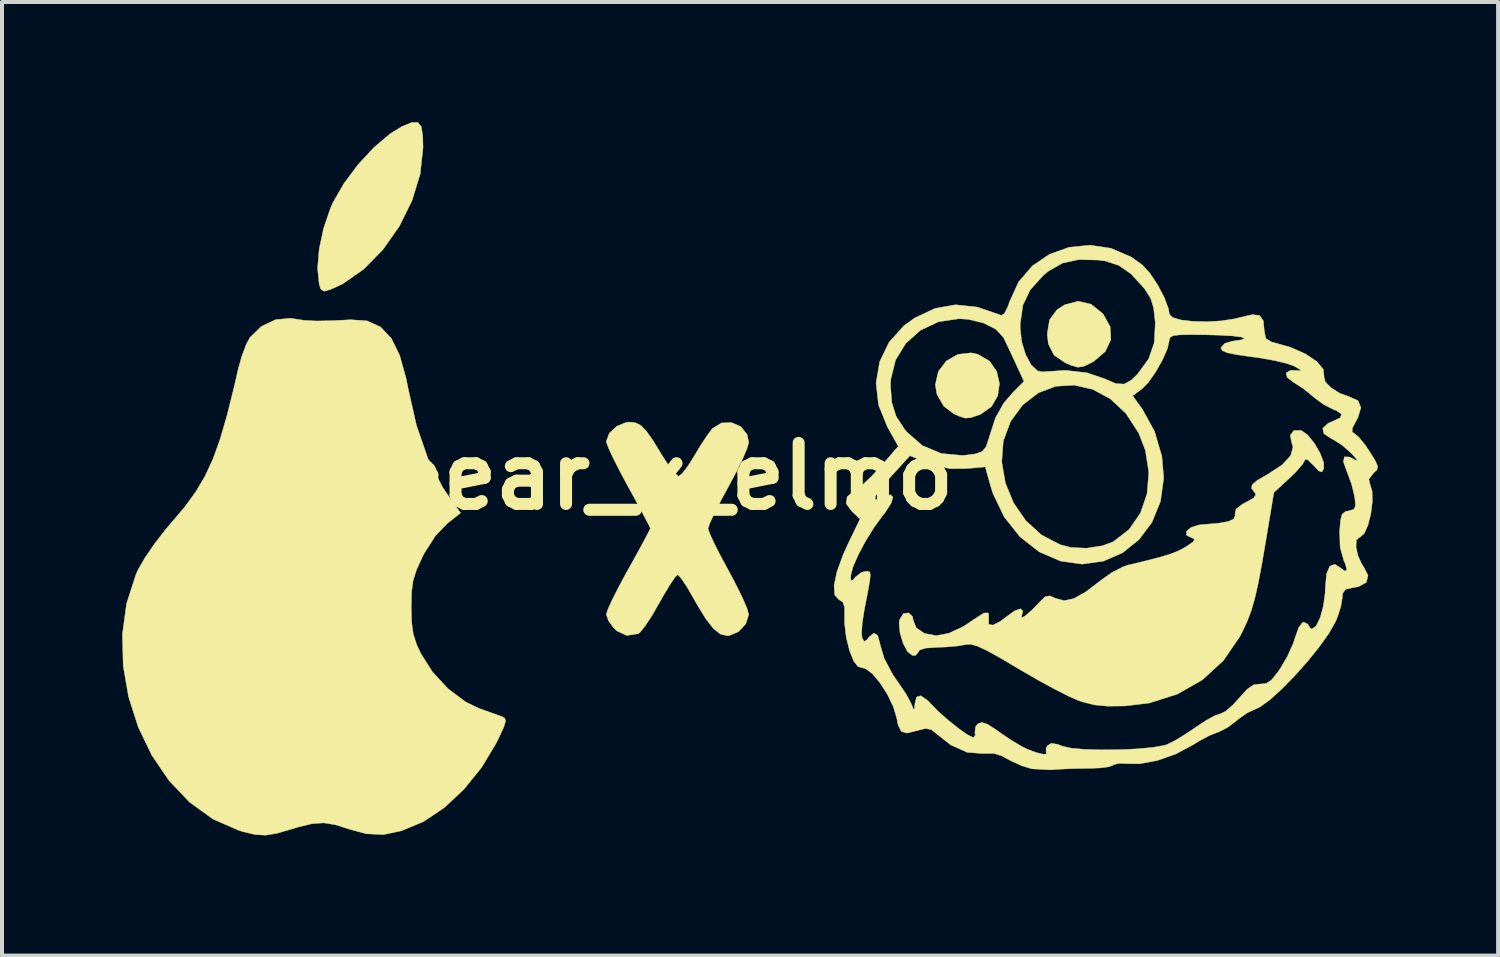
<source format=kicad_pcb>
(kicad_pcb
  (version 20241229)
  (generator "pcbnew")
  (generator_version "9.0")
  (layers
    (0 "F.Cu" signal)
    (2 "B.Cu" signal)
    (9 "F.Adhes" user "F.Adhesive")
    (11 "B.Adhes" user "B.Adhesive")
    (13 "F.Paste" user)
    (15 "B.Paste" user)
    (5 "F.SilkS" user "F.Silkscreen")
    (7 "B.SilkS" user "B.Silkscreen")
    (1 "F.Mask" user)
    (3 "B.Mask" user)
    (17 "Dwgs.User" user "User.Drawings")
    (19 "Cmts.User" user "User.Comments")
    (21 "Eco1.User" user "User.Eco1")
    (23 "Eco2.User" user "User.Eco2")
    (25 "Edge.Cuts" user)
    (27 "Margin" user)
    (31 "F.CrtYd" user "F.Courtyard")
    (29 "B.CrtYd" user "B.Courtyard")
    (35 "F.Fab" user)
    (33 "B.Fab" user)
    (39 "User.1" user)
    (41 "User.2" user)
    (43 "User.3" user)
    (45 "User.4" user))
  (footprint "pear_x_elmo"
    (layer "F.Cu")
    (at 13.691 8.839)
    (property "Reference" "pear_x_elmo" (at 0 0 0) (layer "F.SilkS") (effects (font (size 1.524 1.524) (thickness 0.3))))
    (attr through_hole)
    (fp_poly (pts (xy 7.667 -3.046) (xy 7.957 -2.876) (xy 8.137 -2.618) (xy 8.205 -2.316) (xy 8.162 -2.01) (xy 8.006 -1.741) (xy 7.737 -1.55) (xy 7.686 -1.53) (xy 7.484 -1.464) (xy 7.35 -1.453) (xy 7.196 -1.502) (xy 7.068 -1.558) (xy 6.815 -1.751) (xy 6.647 -2.041) (xy 6.604 -2.286) (xy 6.68 -2.618) (xy 6.88 -2.88) (xy 7.166 -3.044) (xy 7.499 -3.082) (xy 7.667 -3.046)) (stroke (width 0.01) (type solid)) (fill yes) (layer "F.SilkS"))
    (fp_poly (pts (xy 10.491 -4.296) (xy 10.783 -4.062) (xy 10.793 -4.051) (xy 10.97 -3.733) (xy 10.986 -3.413) (xy 10.848 -3.117) (xy 10.563 -2.872) (xy 10.498 -2.836) (xy 10.304 -2.744) (xy 10.161 -2.723) (xy 9.99 -2.773) (xy 9.849 -2.833) (xy 9.569 -3.024) (xy 9.425 -3.305) (xy 9.398 -3.556) (xy 9.455 -3.905) (xy 9.64 -4.157) (xy 9.83 -4.28) (xy 10.167 -4.371) (xy 10.491 -4.296)) (stroke (width 0.01) (type solid)) (fill yes) (layer "F.SilkS"))
    (fp_poly (pts (xy -6.224 -8.721) (xy -6.188 -8.472) (xy -6.182 -8.207) (xy -6.253 -7.547) (xy -6.457 -6.882) (xy -6.772 -6.244) (xy -7.179 -5.665) (xy -7.658 -5.174) (xy -8.188 -4.804) (xy -8.488 -4.665) (xy -8.656 -4.619) (xy -8.736 -4.677) (xy -8.774 -4.795) (xy -8.814 -5.19) (xy -8.774 -5.674) (xy -8.663 -6.195) (xy -8.49 -6.699) (xy -8.43 -6.833) (xy -8.157 -7.309) (xy -7.804 -7.781) (xy -7.408 -8.208) (xy -7.006 -8.549) (xy -6.711 -8.731) (xy -6.466 -8.831) (xy -6.311 -8.834) (xy -6.224 -8.721)) (stroke (width 0.01) (type solid)) (fill yes) (layer "F.SilkS"))
    (fp_poly (pts (xy -9.408 -3.933) (xy -9.15 -3.893) (xy -8.841 -3.877) (xy -8.438 -3.885) (xy -7.986 -3.909) (xy -7.578 -3.88) (xy -7.243 -3.728) (xy -6.975 -3.445) (xy -6.765 -3.019) (xy -6.604 -2.442) (xy -6.562 -2.226) (xy -6.345 -1.266) (xy -6.059 -0.442) (xy -5.695 0.271) (xy -5.441 0.647) (xy -5.244 0.913) (xy -5.582 1.181) (xy -5.875 1.487) (xy -6.148 1.914) (xy -6.199 2.014) (xy -6.346 2.335) (xy -6.43 2.601) (xy -6.468 2.887) (xy -6.477 3.258) (xy -6.466 3.648) (xy -6.425 3.94) (xy -6.339 4.205) (xy -6.243 4.413) (xy -5.946 4.883) (xy -5.555 5.304) (xy -5.116 5.633) (xy -4.781 5.794) (xy -4.51 5.891) (xy -4.286 5.971) (xy -4.208 6) (xy -4.139 6.04) (xy -4.123 6.116) (xy -4.167 6.259) (xy -4.279 6.502) (xy -4.365 6.675) (xy -4.72 7.265) (xy -5.159 7.808) (xy -5.647 8.267) (xy -6.148 8.603) (xy -6.211 8.635) (xy -6.722 8.848) (xy -7.168 8.942) (xy -7.596 8.922) (xy -7.998 8.814) (xy -8.363 8.698) (xy -8.655 8.65) (xy -8.942 8.668) (xy -9.291 8.752) (xy -9.469 8.806) (xy -9.836 8.912) (xy -10.113 8.957) (xy -10.367 8.943) (xy -10.666 8.872) (xy -10.785 8.836) (xy -11.43 8.552) (xy -12.012 8.131) (xy -12.522 7.594) (xy -12.951 6.963) (xy -13.29 6.26) (xy -13.531 5.508) (xy -13.666 4.729) (xy -13.686 3.944) (xy -13.582 3.176) (xy -13.347 2.448) (xy -13.291 2.324) (xy -13.124 2.034) (xy -12.88 1.679) (xy -12.598 1.315) (xy -12.447 1.139) (xy -12.122 0.754) (xy -11.851 0.381) (xy -11.622 -0.006) (xy -11.424 -0.436) (xy -11.244 -0.937) (xy -11.07 -1.537) (xy -10.89 -2.264) (xy -10.802 -2.651) (xy -10.71 -2.984) (xy -10.599 -3.282) (xy -10.502 -3.466) (xy -10.218 -3.742) (xy -9.862 -3.91) (xy -9.49 -3.946) (xy -9.408 -3.933)) (stroke (width 0.01) (type solid)) (fill yes) (layer "F.SilkS"))
    (fp_poly (pts (xy -0.879 -1.338) (xy -0.748 -1.272) (xy -0.611 -1.132) (xy -0.442 -0.893) (xy -0.219 -0.529) (xy -0.052 -0.271) (xy 0.094 -0.083) (xy 0.191 -0.002) (xy 0.197 -0.001) (xy 0.286 -0.07) (xy 0.425 -0.25) (xy 0.585 -0.503) (xy 0.591 -0.514) (xy 0.764 -0.8) (xy 0.927 -1.046) (xy 1.039 -1.191) (xy 1.266 -1.332) (xy 1.519 -1.342) (xy 1.749 -1.241) (xy 1.906 -1.045) (xy 1.947 -0.848) (xy 1.907 -0.7) (xy 1.798 -0.442) (xy 1.637 -0.11) (xy 1.44 0.259) (xy 1.439 0.261) (xy 1.243 0.622) (xy 1.083 0.939) (xy 0.973 1.176) (xy 0.931 1.302) (xy 0.931 1.303) (xy 0.971 1.425) (xy 1.078 1.659) (xy 1.238 1.974) (xy 1.432 2.335) (xy 1.439 2.347) (xy 1.635 2.716) (xy 1.797 3.046) (xy 1.906 3.303) (xy 1.947 3.45) (xy 1.947 3.45) (xy 1.873 3.683) (xy 1.691 3.878) (xy 1.458 3.976) (xy 1.412 3.979) (xy 1.242 3.939) (xy 1.069 3.803) (xy 0.874 3.554) (xy 0.641 3.172) (xy 0.56 3.027) (xy 0.402 2.755) (xy 0.267 2.554) (xy 0.181 2.458) (xy 0.172 2.455) (xy 0.102 2.525) (xy -0.024 2.712) (xy -0.187 2.984) (xy -0.289 3.166) (xy -0.471 3.48) (xy -0.638 3.734) (xy -0.766 3.894) (xy -0.811 3.928) (xy -1.097 3.973) (xy -1.343 3.86) (xy -1.425 3.783) (xy -1.555 3.602) (xy -1.609 3.445) (xy -1.569 3.321) (xy -1.46 3.082) (xy -1.298 2.762) (xy -1.099 2.391) (xy -1.058 2.319) (xy -0.855 1.953) (xy -0.686 1.644) (xy -0.566 1.418) (xy -0.51 1.306) (xy -0.508 1.299) (xy -0.547 1.215) (xy -0.653 1.012) (xy -0.811 0.718) (xy -1.006 0.361) (xy -1.058 0.267) (xy -1.262 -0.113) (xy -1.432 -0.448) (xy -1.552 -0.707) (xy -1.607 -0.858) (xy -1.609 -0.872) (xy -1.534 -1.074) (xy -1.349 -1.248) (xy -1.112 -1.347) (xy -1.029 -1.355) (xy -0.879 -1.338)) (stroke (width 0.01) (type solid)) (fill yes) (layer "F.SilkS"))
    (fp_poly (pts (xy 15.737 -1.146) (xy 15.895 -1.035) (xy 16.063 -0.828) (xy 16.207 -0.58) (xy 16.297 -0.346) (xy 16.301 -0.189) (xy 16.25 -0.109) (xy 16.173 -0.137) (xy 16.038 -0.28) (xy 15.908 -0.407) (xy 15.837 -0.431) (xy 15.833 -0.415) (xy 15.774 -0.307) (xy 15.622 -0.13) (xy 15.443 0.046) (xy 15.054 0.404) (xy 14.857 1.588) (xy 14.752 2.2) (xy 14.662 2.676) (xy 14.578 3.049) (xy 14.491 3.349) (xy 14.393 3.61) (xy 14.275 3.864) (xy 14.204 4.001) (xy 13.796 4.597) (xy 13.271 5.079) (xy 12.647 5.436) (xy 11.943 5.659) (xy 11.345 5.731) (xy 10.913 5.737) (xy 10.581 5.706) (xy 10.281 5.631) (xy 10.165 5.591) (xy 9.922 5.483) (xy 9.577 5.308) (xy 9.171 5.087) (xy 8.747 4.842) (xy 8.641 4.779) (xy 8.204 4.52) (xy 7.883 4.343) (xy 7.655 4.238) (xy 7.495 4.192) (xy 7.379 4.195) (xy 7.366 4.199) (xy 7.163 4.234) (xy 6.869 4.26) (xy 6.667 4.267) (xy 6.363 4.287) (xy 6.209 4.336) (xy 6.181 4.388) (xy 6.114 4.468) (xy 6.032 4.471) (xy 5.909 4.373) (xy 5.799 4.165) (xy 5.723 3.908) (xy 5.701 3.66) (xy 5.714 3.573) (xy 5.806 3.43) (xy 5.934 3.407) (xy 6.035 3.499) (xy 6.054 3.599) (xy 6.131 3.786) (xy 6.333 3.92) (xy 6.62 3.976) (xy 6.629 3.976) (xy 6.938 3.918) (xy 7.301 3.751) (xy 7.61 3.544) (xy 7.818 3.411) (xy 7.929 3.409) (xy 7.939 3.538) (xy 7.934 3.556) (xy 7.938 3.695) (xy 8.044 3.714) (xy 8.234 3.616) (xy 8.367 3.514) (xy 8.582 3.359) (xy 8.73 3.306) (xy 8.788 3.359) (xy 8.77 3.441) (xy 8.748 3.532) (xy 8.818 3.503) (xy 8.867 3.468) (xy 9.031 3.324) (xy 9.203 3.143) (xy 9.344 3.004) (xy 9.462 2.983) (xy 9.606 3.046) (xy 9.817 3.103) (xy 10.062 3.051) (xy 10.365 2.881) (xy 10.738 2.595) (xy 11.005 2.406) (xy 11.284 2.261) (xy 11.415 2.216) (xy 11.89 2.101) (xy 12.234 2.012) (xy 12.481 1.936) (xy 12.663 1.864) (xy 12.816 1.784) (xy 12.867 1.753) (xy 13.042 1.633) (xy 13.078 1.567) (xy 13.013 1.539) (xy 12.877 1.472) (xy 12.875 1.374) (xy 12.984 1.277) (xy 13.181 1.214) (xy 13.251 1.206) (xy 13.658 1.172) (xy 13.918 1.127) (xy 14.054 1.064) (xy 14.089 0.976) (xy 14.083 0.947) (xy 14.11 0.817) (xy 14.277 0.69) (xy 14.358 0.649) (xy 14.553 0.538) (xy 14.605 0.451) (xy 14.575 0.402) (xy 14.497 0.299) (xy 14.513 0.207) (xy 14.642 0.099) (xy 14.9 -0.05) (xy 15.259 -0.285) (xy 15.473 -0.516) (xy 15.533 -0.732) (xy 15.502 -0.831) (xy 15.463 -1.021) (xy 15.55 -1.142) (xy 15.73 -1.149) (xy 15.737 -1.146)) (stroke (width 0.01) (type solid)) (fill yes) (layer "F.SilkS"))
    (fp_poly (pts (xy 10.989 -5.692) (xy 11.492 -5.475) (xy 11.771 -5.277) (xy 11.96 -5.069) (xy 12.153 -4.779) (xy 12.318 -4.466) (xy 12.423 -4.186) (xy 12.445 -4.052) (xy 12.523 -3.966) (xy 12.731 -3.904) (xy 13.029 -3.868) (xy 13.379 -3.859) (xy 13.742 -3.88) (xy 14.08 -3.932) (xy 14.208 -3.965) (xy 14.515 -4.036) (xy 14.699 -4.015) (xy 14.79 -3.885) (xy 14.815 -3.63) (xy 14.815 -3.621) (xy 14.854 -3.439) (xy 15.001 -3.352) (xy 15.05 -3.34) (xy 15.48 -3.217) (xy 15.846 -3.054) (xy 16.123 -2.867) (xy 16.286 -2.675) (xy 16.308 -2.494) (xy 16.305 -2.485) (xy 16.337 -2.358) (xy 16.484 -2.209) (xy 16.7 -2.073) (xy 16.93 -1.99) (xy 17.154 -1.89) (xy 17.227 -1.717) (xy 17.152 -1.466) (xy 17.111 -1.392) (xy 17.013 -1.203) (xy 17.009 -1.107) (xy 17.067 -1.067) (xy 17.177 -0.974) (xy 17.332 -0.783) (xy 17.445 -0.616) (xy 17.588 -0.385) (xy 17.646 -0.25) (xy 17.628 -0.164) (xy 17.542 -0.082) (xy 17.537 -0.077) (xy 17.425 0.072) (xy 17.448 0.177) (xy 17.506 0.368) (xy 17.512 0.637) (xy 17.475 0.934) (xy 17.405 1.213) (xy 17.311 1.425) (xy 17.203 1.522) (xy 17.186 1.524) (xy 17.114 1.592) (xy 17.105 1.761) (xy 17.151 1.976) (xy 17.245 2.184) (xy 17.286 2.243) (xy 17.404 2.471) (xy 17.363 2.646) (xy 17.169 2.754) (xy 17.031 2.778) (xy 16.842 2.82) (xy 16.77 2.926) (xy 16.762 3.032) (xy 16.726 3.25) (xy 16.637 3.525) (xy 16.596 3.622) (xy 16.432 3.912) (xy 16.188 4.255) (xy 15.892 4.623) (xy 15.568 4.986) (xy 15.244 5.316) (xy 14.947 5.584) (xy 14.703 5.76) (xy 14.588 5.812) (xy 14.39 5.903) (xy 14.166 6.061) (xy 14.121 6.101) (xy 13.898 6.268) (xy 13.678 6.381) (xy 13.64 6.393) (xy 13.442 6.471) (xy 13.182 6.611) (xy 13.04 6.699) (xy 12.615 6.927) (xy 12.15 7.092) (xy 11.706 7.175) (xy 11.418 7.172) (xy 11.197 7.163) (xy 11.057 7.195) (xy 11.041 7.209) (xy 10.937 7.25) (xy 10.713 7.279) (xy 10.428 7.289) (xy 10.061 7.294) (xy 9.699 7.31) (xy 9.483 7.326) (xy 9.014 7.301) (xy 8.763 7.224) (xy 8.512 7.111) (xy 8.307 7.003) (xy 8.27 6.98) (xy 8.074 6.918) (xy 7.809 6.917) (xy 7.797 6.919) (xy 7.398 6.889) (xy 6.986 6.702) (xy 6.675 6.458) (xy 6.507 6.323) (xy 6.36 6.293) (xy 6.147 6.347) (xy 5.898 6.409) (xy 5.754 6.368) (xy 5.674 6.199) (xy 5.641 6.034) (xy 5.556 5.749) (xy 5.408 5.442) (xy 5.224 5.154) (xy 5.033 4.926) (xy 4.861 4.799) (xy 4.804 4.786) (xy 4.675 4.749) (xy 4.572 4.619) (xy 4.466 4.36) (xy 4.381 4.021) (xy 4.339 3.661) (xy 4.339 3.534) (xy 4.34 3.278) (xy 4.299 3.142) (xy 4.202 3.08) (xy 4.094 2.964) (xy 4.077 2.725) (xy 4.125 2.498) (xy 4.491 2.498) (xy 4.502 2.614) (xy 4.556 2.582) (xy 4.605 2.519) (xy 4.76 2.398) (xy 4.866 2.371) (xy 4.93 2.371) (xy 4.969 2.392) (xy 4.982 2.46) (xy 4.968 2.604) (xy 4.925 2.85) (xy 4.852 3.228) (xy 4.826 3.366) (xy 4.78 3.665) (xy 4.764 3.912) (xy 4.777 4.035) (xy 4.829 4.124) (xy 4.899 4.079) (xy 4.948 4.014) (xy 5.072 3.911) (xy 5.166 3.973) (xy 5.227 4.196) (xy 5.229 4.207) (xy 5.331 4.551) (xy 5.543 4.949) (xy 5.723 5.21) (xy 5.879 5.441) (xy 5.995 5.66) (xy 6.002 5.675) (xy 6.062 5.815) (xy 6.085 5.802) (xy 6.091 5.699) (xy 6.133 5.51) (xy 6.242 5.476) (xy 6.415 5.596) (xy 6.495 5.68) (xy 6.69 5.879) (xy 6.933 6.093) (xy 7.182 6.292) (xy 7.398 6.444) (xy 7.541 6.517) (xy 7.557 6.519) (xy 7.604 6.458) (xy 7.592 6.399) (xy 7.609 6.249) (xy 7.665 6.178) (xy 7.763 6.142) (xy 7.905 6.187) (xy 8.126 6.329) (xy 8.201 6.384) (xy 8.481 6.574) (xy 8.756 6.739) (xy 8.901 6.812) (xy 9.127 6.896) (xy 9.303 6.937) (xy 9.388 6.928) (xy 9.371 6.887) (xy 9.367 6.785) (xy 9.404 6.724) (xy 9.498 6.664) (xy 9.651 6.688) (xy 9.781 6.737) (xy 9.995 6.785) (xy 10.332 6.815) (xy 10.748 6.827) (xy 11.199 6.823) (xy 11.64 6.802) (xy 12.026 6.767) (xy 12.314 6.717) (xy 12.39 6.694) (xy 12.584 6.597) (xy 12.852 6.434) (xy 13.102 6.265) (xy 13.362 6.093) (xy 13.585 5.971) (xy 13.72 5.927) (xy 13.849 5.865) (xy 14.033 5.705) (xy 14.179 5.544) (xy 14.386 5.315) (xy 14.549 5.204) (xy 14.708 5.183) (xy 14.716 5.184) (xy 14.863 5.172) (xy 14.998 5.08) (xy 15.159 4.878) (xy 15.218 4.792) (xy 15.395 4.489) (xy 15.539 4.168) (xy 15.591 4.009) (xy 15.673 3.778) (xy 15.768 3.651) (xy 15.8 3.641) (xy 15.906 3.69) (xy 15.917 3.725) (xy 15.982 3.807) (xy 16.006 3.81) (xy 16.111 3.733) (xy 16.21 3.529) (xy 16.289 3.242) (xy 16.334 2.915) (xy 16.341 2.752) (xy 16.37 2.431) (xy 16.451 2.241) (xy 16.575 2.195) (xy 16.702 2.275) (xy 16.832 2.369) (xy 16.878 2.327) (xy 16.831 2.167) (xy 16.804 2.113) (xy 16.708 1.771) (xy 16.696 1.372) (xy 16.718 1.096) (xy 16.758 0.946) (xy 16.837 0.88) (xy 16.922 0.861) (xy 17.048 0.825) (xy 17.092 0.735) (xy 17.075 0.537) (xy 17.069 0.502) (xy 16.993 0.191) (xy 16.881 -0.111) (xy 16.875 -0.125) (xy 16.79 -0.364) (xy 16.814 -0.486) (xy 16.942 -0.482) (xy 17.043 -0.431) (xy 17.136 -0.384) (xy 17.117 -0.431) (xy 16.987 -0.576) (xy 16.767 -0.771) (xy 16.538 -0.918) (xy 16.5 -0.935) (xy 16.304 -1.063) (xy 16.275 -1.199) (xy 16.41 -1.325) (xy 16.51 -1.367) (xy 16.711 -1.462) (xy 16.744 -1.553) (xy 16.608 -1.644) (xy 16.525 -1.676) (xy 16.3 -1.791) (xy 16.065 -1.964) (xy 16.038 -1.989) (xy 15.807 -2.177) (xy 15.574 -2.33) (xy 15.552 -2.342) (xy 15.386 -2.47) (xy 15.361 -2.583) (xy 15.474 -2.645) (xy 15.587 -2.644) (xy 15.72 -2.634) (xy 15.715 -2.661) (xy 15.567 -2.748) (xy 15.564 -2.75) (xy 15.381 -2.816) (xy 15.081 -2.888) (xy 14.715 -2.954) (xy 14.524 -2.98) (xy 14.138 -3.034) (xy 13.895 -3.083) (xy 13.769 -3.136) (xy 13.733 -3.199) (xy 13.735 -3.214) (xy 13.831 -3.318) (xy 14.013 -3.372) (xy 14.248 -3.408) (xy 14.323 -3.443) (xy 14.247 -3.476) (xy 14.031 -3.504) (xy 13.684 -3.524) (xy 13.415 -3.531) (xy 12.996 -3.537) (xy 12.718 -3.532) (xy 12.553 -3.514) (xy 12.472 -3.477) (xy 12.447 -3.42) (xy 12.446 -3.4) (xy 12.397 -3.186) (xy 12.271 -2.899) (xy 12.099 -2.597) (xy 11.914 -2.336) (xy 11.766 -2.186) (xy 11.529 -2.011) (xy 11.771 -1.677) (xy 12.075 -1.124) (xy 12.259 -0.499) (xy 12.305 0.043) (xy 12.223 0.63) (xy 12.011 1.148) (xy 11.688 1.58) (xy 11.277 1.909) (xy 10.797 2.118) (xy 10.269 2.191) (xy 9.734 2.117) (xy 9.192 1.882) (xy 8.714 1.506) (xy 8.324 1.014) (xy 8.043 0.429) (xy 7.985 0.242) (xy 7.851 -0.236) (xy 7.376 -0.194) (xy 6.974 -0.191) (xy 6.598 -0.274) (xy 6.435 -0.333) (xy 6.361 -0.361) (xy 8.262 -0.361) (xy 8.352 0.163) (xy 8.557 0.662) (xy 8.862 1.105) (xy 9.253 1.462) (xy 9.716 1.704) (xy 9.991 1.776) (xy 10.377 1.794) (xy 10.774 1.734) (xy 11.049 1.631) (xy 11.441 1.326) (xy 11.724 0.917) (xy 11.89 0.431) (xy 11.933 -0.102) (xy 11.847 -0.651) (xy 11.681 -1.079) (xy 11.361 -1.571) (xy 10.971 -1.935) (xy 10.534 -2.171) (xy 10.073 -2.276) (xy 9.613 -2.248) (xy 9.176 -2.084) (xy 8.786 -1.783) (xy 8.483 -1.371) (xy 8.301 -0.883) (xy 8.262 -0.361) (xy 6.361 -0.361) (xy 5.969 -0.514) (xy 5.485 0.018) (xy 5.234 0.311) (xy 5.107 0.501) (xy 5.105 0.585) (xy 5.228 0.56) (xy 5.324 0.513) (xy 5.487 0.46) (xy 5.545 0.52) (xy 5.499 0.675) (xy 5.35 0.906) (xy 5.292 0.978) (xy 5.074 1.276) (xy 4.861 1.62) (xy 4.678 1.964) (xy 4.547 2.266) (xy 4.492 2.481) (xy 4.491 2.498) (xy 4.125 2.498) (xy 4.149 2.38) (xy 4.307 1.948) (xy 4.426 1.686) (xy 4.726 1.064) (xy 4.523 0.875) (xy 4.38 0.682) (xy 4.403 0.511) (xy 4.592 0.351) (xy 4.626 0.332) (xy 4.787 0.212) (xy 5.009 0.004) (xy 5.245 -0.249) (xy 5.261 -0.267) (xy 5.68 -0.751) (xy 5.407 -1.236) (xy 5.187 -1.78) (xy 5.133 -2.26) (xy 5.486 -2.26) (xy 5.519 -1.833) (xy 5.627 -1.496) (xy 5.836 -1.176) (xy 5.894 -1.105) (xy 6.284 -0.766) (xy 6.756 -0.569) (xy 7.288 -0.52) (xy 7.602 -0.559) (xy 7.769 -0.616) (xy 7.87 -0.735) (xy 7.948 -0.966) (xy 7.955 -0.995) (xy 8.107 -1.463) (xy 8.314 -1.83) (xy 8.555 -2.107) (xy 8.818 -2.37) (xy 8.593 -2.857) (xy 8.464 -3.134) (xy 8.356 -3.361) (xy 8.302 -3.471) (xy 8.117 -3.67) (xy 8.045 -3.707) (xy 8.722 -3.707) (xy 8.76 -3.358) (xy 8.858 -3.037) (xy 8.997 -2.782) (xy 9.158 -2.631) (xy 9.276 -2.607) (xy 9.852 -2.645) (xy 10.388 -2.585) (xy 10.816 -2.44) (xy 11.106 -2.316) (xy 11.316 -2.302) (xy 11.503 -2.405) (xy 11.653 -2.553) (xy 11.929 -2.932) (xy 12.069 -3.336) (xy 12.094 -3.821) (xy 12.091 -3.862) (xy 12.054 -4.202) (xy 11.978 -4.446) (xy 11.839 -4.666) (xy 11.802 -4.712) (xy 11.487 -5.054) (xy 11.184 -5.265) (xy 10.847 -5.375) (xy 10.679 -5.398) (xy 10.18 -5.409) (xy 9.779 -5.322) (xy 9.431 -5.125) (xy 9.295 -5.012) (xy 8.972 -4.654) (xy 8.789 -4.269) (xy 8.723 -3.804) (xy 8.722 -3.707) (xy 8.045 -3.707) (xy 7.811 -3.826) (xy 7.434 -3.918) (xy 7.196 -3.934) (xy 6.683 -3.858) (xy 6.232 -3.645) (xy 5.867 -3.319) (xy 5.612 -2.903) (xy 5.492 -2.421) (xy 5.486 -2.26) (xy 5.133 -2.26) (xy 5.125 -2.329) (xy 5.215 -2.86) (xy 5.449 -3.345) (xy 5.821 -3.759) (xy 6.094 -3.955) (xy 6.6 -4.192) (xy 7.108 -4.282) (xy 7.646 -4.225) (xy 8.243 -4.022) (xy 8.257 -4.016) (xy 8.33 -4.066) (xy 8.415 -4.235) (xy 8.455 -4.353) (xy 8.683 -4.852) (xy 9.025 -5.251) (xy 9.454 -5.542) (xy 9.943 -5.717) (xy 10.464 -5.77) (xy 10.989 -5.692)) (stroke (width 0.01) (type solid)) (fill yes) (layer "F.SilkS")))
  (gr_rect
    (start -3 -3)
    (end 34.342 20.801)
    (stroke (width 0.1) (type default))
    (fill no)
    (layer "Edge.Cuts")))
</source>
